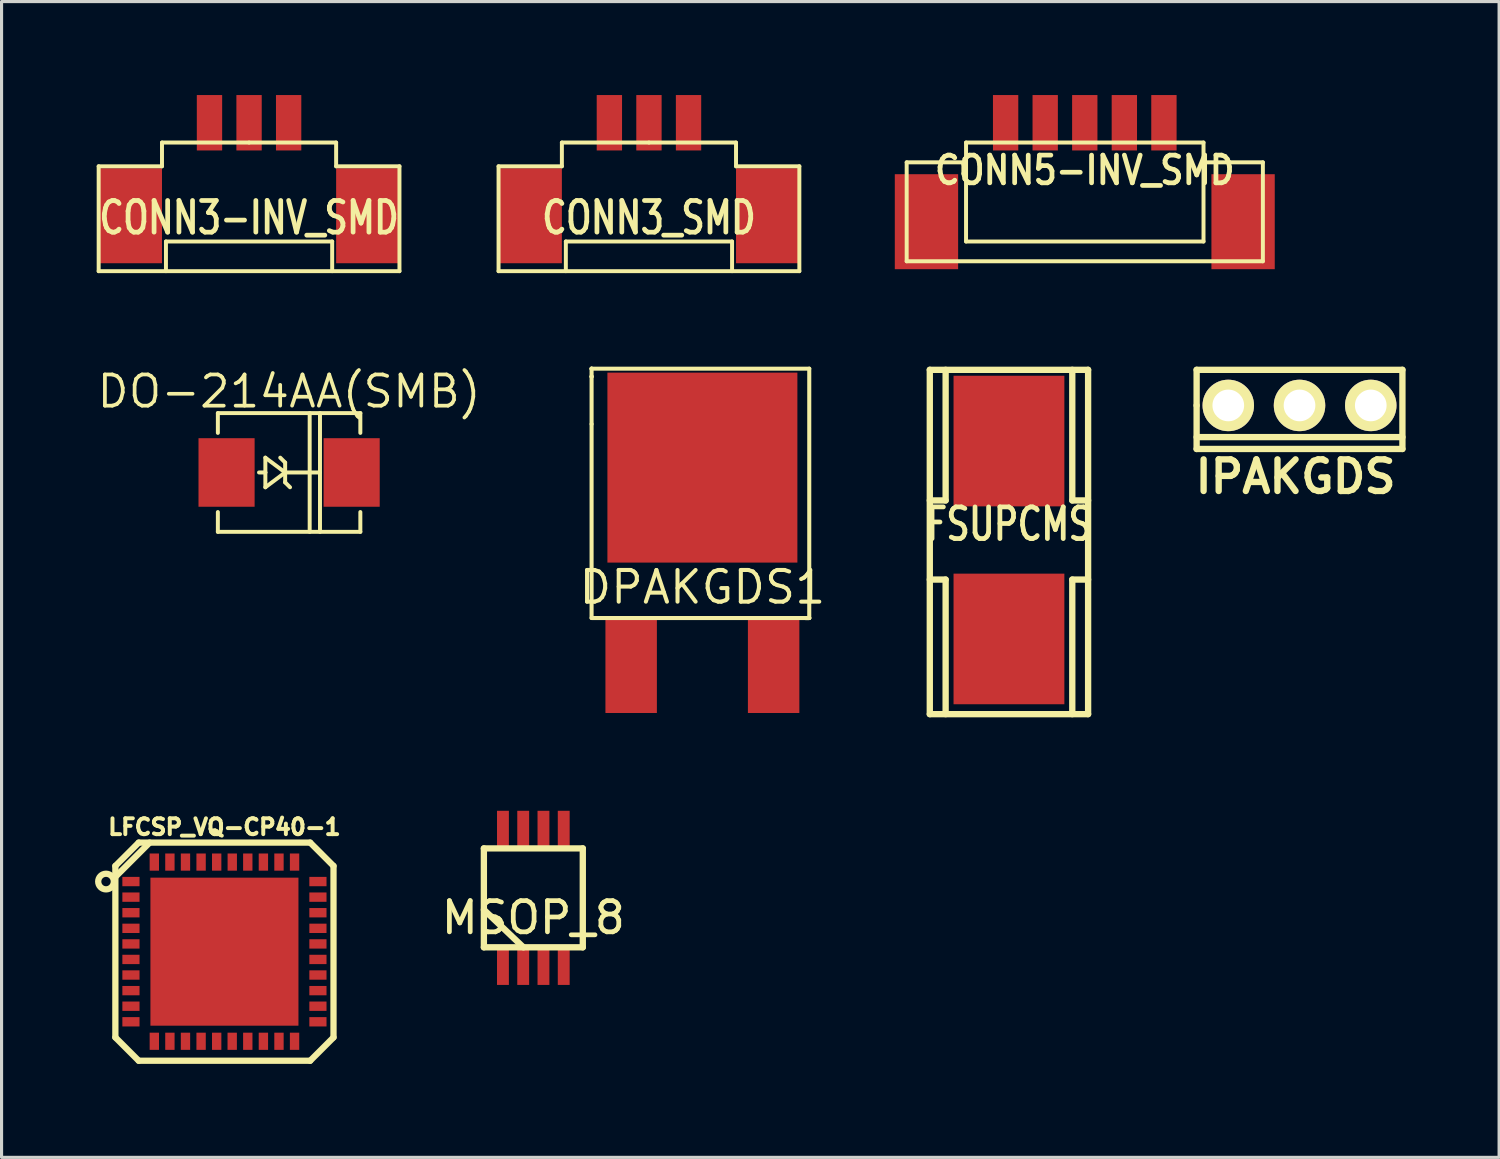
<source format=kicad_pcb>
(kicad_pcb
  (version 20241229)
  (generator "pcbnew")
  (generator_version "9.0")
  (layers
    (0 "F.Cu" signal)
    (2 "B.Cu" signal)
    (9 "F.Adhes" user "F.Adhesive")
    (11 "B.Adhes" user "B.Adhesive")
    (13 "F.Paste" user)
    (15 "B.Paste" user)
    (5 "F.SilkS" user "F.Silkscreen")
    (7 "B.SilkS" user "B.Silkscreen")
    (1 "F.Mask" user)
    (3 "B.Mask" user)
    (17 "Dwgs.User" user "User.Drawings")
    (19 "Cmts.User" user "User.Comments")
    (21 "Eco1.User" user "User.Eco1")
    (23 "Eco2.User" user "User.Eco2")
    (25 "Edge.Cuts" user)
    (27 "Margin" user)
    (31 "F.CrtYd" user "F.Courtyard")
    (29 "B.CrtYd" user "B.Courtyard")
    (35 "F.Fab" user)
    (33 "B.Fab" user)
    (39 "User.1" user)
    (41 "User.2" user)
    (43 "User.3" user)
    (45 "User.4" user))
  (footprint "DPAKGDS1"
    (layer "F.Cu")
    (at 19.489 15.892)
    (property "Reference" "DPAKGDS1" (at 0 -0.099 0) (layer "F.SilkS") (effects (font (size 1.016 1.016) (thickness 0.13))))
    (attr smd)
    (fp_line (start -3.556 -7.112) (end -3.556 -7.112) (stroke (width 0.13) (type solid)) (layer "F.SilkS"))
    (fp_line (start -3.556 -7.112) (end -3.556 -7.112) (stroke (width 0.13) (type solid)) (layer "F.SilkS"))
    (fp_line (start -3.556 -6.858) (end -3.556 -7.112) (stroke (width 0.13) (type solid)) (layer "F.SilkS"))
    (fp_line (start -3.556 -6.858) (end -3.556 -6.858) (stroke (width 0.13) (type solid)) (layer "F.SilkS"))
    (fp_line (start -3.556 -6.858) (end -3.556 -6.858) (stroke (width 0.13) (type solid)) (layer "F.SilkS"))
    (fp_line (start -3.556 -5.334) (end -3.556 -6.858) (stroke (width 0.13) (type solid)) (layer "F.SilkS"))
    (fp_line (start -3.556 -5.334) (end -3.556 0.889) (stroke (width 0.13) (type solid)) (layer "F.SilkS"))
    (fp_line (start -3.556 0.889) (end 0 0.889) (stroke (width 0.13) (type solid)) (layer "F.SilkS"))
    (fp_line (start 0 0.889) (end 3.429 0.889) (stroke (width 0.13) (type solid)) (layer "F.SilkS"))
    (fp_line (start 3.302 0.889) (end 3.302 0.889) (stroke (width 0.13) (type solid)) (layer "F.SilkS"))
    (fp_line (start 3.302 0.889) (end 3.429 0.889) (stroke (width 0.13) (type solid)) (layer "F.SilkS"))
    (fp_line (start 3.429 -7.112) (end -3.556 -7.112) (stroke (width 0.13) (type solid)) (layer "F.SilkS"))
    (fp_line (start 3.429 0.889) (end 3.302 0.889) (stroke (width 0.13) (type solid)) (layer "F.SilkS"))
    (fp_line (start 3.429 0.889) (end 3.429 -7.112) (stroke (width 0.13) (type solid)) (layer "F.SilkS"))
    (pad "D" smd rect (at 0 -3.937) (size 6.096 6.096) (layers "F.Cu" "F.Mask" "F.Paste"))
    (pad "G" smd rect (at -2.286 2.413) (size 1.651 3.048) (layers "F.Cu" "F.Mask" "F.Paste"))
    (pad "S" smd rect (at 2.286 2.413) (size 1.651 3.048) (layers "F.Cu" "F.Mask" "F.Paste")))
  (footprint "CONN3_SMD"
    (layer "F.Cu")
    (at 17.774 4.318)
    (property "Reference" "CONN3_SMD" (at 0 -0.381 0) (layer "F.SilkS") (effects (font (size 1.016 0.762) (thickness 0.152))))
    (attr smd)
    (fp_line (start -4.826 -2.032) (end -2.794 -2.032) (stroke (width 0.127) (type solid)) (layer "F.SilkS"))
    (fp_line (start -4.826 1.333) (end -4.826 -2.032) (stroke (width 0.127) (type solid)) (layer "F.SilkS"))
    (fp_line (start -2.794 -2.794) (end 0 -2.794) (stroke (width 0.127) (type solid)) (layer "F.SilkS"))
    (fp_line (start -2.794 -2.032) (end -2.794 -2.794) (stroke (width 0.127) (type solid)) (layer "F.SilkS"))
    (fp_line (start -2.667 0.381) (end -2.667 1.333) (stroke (width 0.127) (type solid)) (layer "F.SilkS"))
    (fp_line (start 0 -2.794) (end 2.794 -2.794) (stroke (width 0.127) (type solid)) (layer "F.SilkS"))
    (fp_line (start 2.667 0.381) (end -2.667 0.381) (stroke (width 0.127) (type solid)) (layer "F.SilkS"))
    (fp_line (start 2.667 1.333) (end 2.667 0.381) (stroke (width 0.127) (type solid)) (layer "F.SilkS"))
    (fp_line (start 2.794 -2.794) (end 2.794 -2.032) (stroke (width 0.127) (type solid)) (layer "F.SilkS"))
    (fp_line (start 2.794 -2.032) (end 4.826 -2.032) (stroke (width 0.127) (type solid)) (layer "F.SilkS"))
    (fp_line (start 4.826 -2.032) (end 4.826 1.333) (stroke (width 0.127) (type solid)) (layer "F.SilkS"))
    (fp_line (start 4.826 1.333) (end -4.826 1.333) (stroke (width 0.127) (type solid)) (layer "F.SilkS"))
    (pad "" smd rect (at -3.81 -0.445) (size 2.032 3.048) (layers "F.Cu" "F.Mask" "F.Paste"))
    (pad "" smd rect (at 3.81 -0.445) (size 2.032 3.048) (layers "F.Cu" "F.Mask" "F.Paste"))
    (pad "1" smd rect (at -1.27 -3.429) (size 0.813 1.778) (layers "F.Cu" "F.Mask" "F.Paste"))
    (pad "2" smd rect (at 0 -3.429) (size 0.813 1.778) (layers "F.Cu" "F.Mask" "F.Paste"))
    (pad "3" smd rect (at 1.27 -3.429) (size 0.813 1.778) (layers "F.Cu" "F.Mask" "F.Paste")))
  (footprint "IPAKGDS"
    (layer "F.Cu")
    (at 38.65 9.96)
    (property "Reference" "IPAKGDS" (at -0.127 2.286 0) (layer "F.SilkS") (effects (font (size 1.016 1.016) (thickness 0.203))))
    (attr through_hole)
    (fp_line (start -3.302 -1.143) (end -3.302 0) (stroke (width 0.203) (type solid)) (layer "F.SilkS"))
    (fp_line (start -3.302 0) (end -3.302 1.397) (stroke (width 0.203) (type solid)) (layer "F.SilkS"))
    (fp_line (start -3.302 1.016) (end 3.302 1.016) (stroke (width 0.203) (type solid)) (layer "F.SilkS"))
    (fp_line (start -3.302 1.397) (end 3.302 1.397) (stroke (width 0.203) (type solid)) (layer "F.SilkS"))
    (fp_line (start 3.302 -1.143) (end -3.302 -1.143) (stroke (width 0.203) (type solid)) (layer "F.SilkS"))
    (fp_line (start 3.302 1.397) (end 3.302 -1.143) (stroke (width 0.203) (type solid)) (layer "F.SilkS"))
    (pad "D" thru_hole circle (at 0 0) (size 1.651 1.651) (drill 1.016) (layers "*.Cu" "*.Mask" "F.SilkS"))
    (pad "G" thru_hole circle (at 2.286 0) (size 1.651 1.651) (drill 1.016) (layers "*.Cu" "*.Mask" "F.SilkS"))
    (pad "S" thru_hole circle (at -2.286 0) (size 1.651 1.651) (drill 1.016) (layers "*.Cu" "*.Mask" "F.SilkS")))
  (footprint "CONN5-INV_SMD"
    (layer "F.Cu")
    (at 31.759 0.889)
    (property "Reference" "CONN5-INV_SMD" (at 0 1.524 0) (layer "F.SilkS") (effects (font (size 0.889 0.762) (thickness 0.152))))
    (attr smd)
    (fp_line (start -5.715 1.27) (end -3.81 1.27) (stroke (width 0.127) (type solid)) (layer "F.SilkS"))
    (fp_line (start -5.715 4.445) (end -5.715 1.27) (stroke (width 0.127) (type solid)) (layer "F.SilkS"))
    (fp_line (start -3.81 0.635) (end 3.81 0.635) (stroke (width 0.127) (type solid)) (layer "F.SilkS"))
    (fp_line (start -3.81 1.27) (end -3.81 0.635) (stroke (width 0.127) (type solid)) (layer "F.SilkS"))
    (fp_line (start -3.81 3.81) (end -3.81 1.27) (stroke (width 0.127) (type solid)) (layer "F.SilkS"))
    (fp_line (start 3.81 0.635) (end 3.81 1.27) (stroke (width 0.127) (type solid)) (layer "F.SilkS"))
    (fp_line (start 3.81 1.27) (end 3.81 3.81) (stroke (width 0.127) (type solid)) (layer "F.SilkS"))
    (fp_line (start 3.81 1.27) (end 5.715 1.27) (stroke (width 0.127) (type solid)) (layer "F.SilkS"))
    (fp_line (start 3.81 3.81) (end -3.81 3.81) (stroke (width 0.127) (type solid)) (layer "F.SilkS"))
    (fp_line (start 5.715 4.445) (end -5.715 4.445) (stroke (width 0.127) (type solid)) (layer "F.SilkS"))
    (fp_line (start 5.715 4.445) (end 5.715 1.27) (stroke (width 0.127) (type solid)) (layer "F.SilkS"))
    (pad "" smd rect (at -5.08 3.175) (size 2.032 3.048) (layers "F.Cu" "F.Mask" "F.Paste"))
    (pad "" smd rect (at 5.08 3.175) (size 2.032 3.048) (layers "F.Cu" "F.Mask" "F.Paste"))
    (pad "1" smd rect (at -2.54 0) (size 0.813 1.778) (layers "F.Cu" "F.Mask" "F.Paste"))
    (pad "2" smd rect (at -1.27 0) (size 0.813 1.778) (layers "F.Cu" "F.Mask" "F.Paste"))
    (pad "3" smd rect (at 0 0) (size 0.813 1.778) (layers "F.Cu" "F.Mask" "F.Paste"))
    (pad "4" smd rect (at 1.27 0) (size 0.813 1.778) (layers "F.Cu" "F.Mask" "F.Paste"))
    (pad "5" smd rect (at 2.54 0) (size 0.813 1.778) (layers "F.Cu" "F.Mask" "F.Paste")))
  (footprint "DO-214AA(SMB)"
    (layer "F.Cu")
    (at 6.227 12.111)
    (property "Reference" "DO-214AA(SMB)" (at 0 -2.601 0) (layer "F.SilkS") (effects (font (size 1.001 1.001) (thickness 0.119))))
    (attr smd)
    (fp_line (start -2.286 -1.905) (end 2.286 -1.905) (stroke (width 0.127) (type solid)) (layer "F.SilkS"))
    (fp_line (start -2.286 -1.27) (end -2.286 -1.905) (stroke (width 0.127) (type solid)) (layer "F.SilkS"))
    (fp_line (start -2.286 1.27) (end -2.286 1.905) (stroke (width 0.127) (type solid)) (layer "F.SilkS"))
    (fp_line (start -2.286 1.905) (end 2.286 1.905) (stroke (width 0.127) (type solid)) (layer "F.SilkS"))
    (fp_line (start -0.762 -0.475) (end -0.762 0) (stroke (width 0.127) (type solid)) (layer "F.SilkS"))
    (fp_line (start -0.762 0) (end -0.965 0) (stroke (width 0.127) (type solid)) (layer "F.SilkS"))
    (fp_line (start -0.762 0) (end -0.762 0.475) (stroke (width 0.127) (type solid)) (layer "F.SilkS"))
    (fp_line (start -0.762 0.475) (end -0.127 0) (stroke (width 0.127) (type solid)) (layer "F.SilkS"))
    (fp_line (start -0.127 -0.318) (end -0.284 -0.475) (stroke (width 0.127) (type solid)) (layer "F.SilkS"))
    (fp_line (start -0.127 0) (end -0.762 -0.475) (stroke (width 0.127) (type solid)) (layer "F.SilkS"))
    (fp_line (start -0.127 0) (end -0.127 -0.318) (stroke (width 0.127) (type solid)) (layer "F.SilkS"))
    (fp_line (start -0.127 0) (end -0.127 0.318) (stroke (width 0.127) (type solid)) (layer "F.SilkS"))
    (fp_line (start -0.127 0) (end 0.983 0) (stroke (width 0.127) (type solid)) (layer "F.SilkS"))
    (fp_line (start -0.127 0.318) (end 0.03 0.475) (stroke (width 0.127) (type solid)) (layer "F.SilkS"))
    (fp_line (start 0.66 1.905) (end 0.66 -1.905) (stroke (width 0.127) (type solid)) (layer "F.SilkS"))
    (fp_line (start 0.991 1.905) (end 0.991 -1.905) (stroke (width 0.127) (type solid)) (layer "F.SilkS"))
    (fp_line (start 2.286 -1.905) (end 2.286 -1.27) (stroke (width 0.127) (type solid)) (layer "F.SilkS"))
    (fp_line (start 2.286 1.905) (end 2.286 1.27) (stroke (width 0.127) (type solid)) (layer "F.SilkS"))
    (pad "1" smd rect (at -2.007 0) (size 1.801 2.2) (layers "F.Cu" "F.Mask" "F.Paste"))
    (pad "2" smd rect (at 2.007 0) (size 1.801 2.2) (layers "F.Cu" "F.Mask" "F.Paste")))
  (footprint "MSOP_8"
    (layer "F.Cu")
    (at 14.064 25.761)
    (property "Reference" "MSOP_8" (at 0 0.635 0) (layer "F.SilkS") (effects (font (size 1.001 1.001) (thickness 0.152))))
    (attr through_hole)
    (fp_line (start -1.587 -1.587) (end -1.587 1.587) (stroke (width 0.203) (type solid)) (layer "F.SilkS"))
    (fp_line (start -1.587 1.587) (end 1.587 1.587) (stroke (width 0.203) (type solid)) (layer "F.SilkS"))
    (fp_line (start -0.318 1.587) (end -1.587 0.381) (stroke (width 0.203) (type solid)) (layer "F.SilkS"))
    (fp_line (start 1.587 -1.587) (end -1.587 -1.587) (stroke (width 0.203) (type solid)) (layer "F.SilkS"))
    (fp_line (start 1.587 1.587) (end 1.587 -1.587) (stroke (width 0.203) (type solid)) (layer "F.SilkS"))
    (pad "1" smd rect (at -0.975 2.159) (size 0.381 1.27) (layers "F.Cu" "F.Mask" "F.Paste"))
    (pad "2" smd rect (at -0.325 2.159) (size 0.381 1.27) (layers "F.Cu" "F.Mask" "F.Paste"))
    (pad "3" smd rect (at 0.325 2.159) (size 0.381 1.27) (layers "F.Cu" "F.Mask" "F.Paste"))
    (pad "4" smd rect (at 0.975 2.159) (size 0.381 1.27) (layers "F.Cu" "F.Mask" "F.Paste"))
    (pad "5" smd rect (at 0.975 -2.159) (size 0.381 1.27) (layers "F.Cu" "F.Mask" "F.Paste"))
    (pad "6" smd rect (at 0.325 -2.159) (size 0.381 1.27) (layers "F.Cu" "F.Mask" "F.Paste"))
    (pad "7" smd rect (at -0.325 -2.159) (size 0.381 1.27) (layers "F.Cu" "F.Mask" "F.Paste"))
    (pad "8" smd rect (at -0.975 -2.159) (size 0.381 1.27) (layers "F.Cu" "F.Mask" "F.Paste")))
  (footprint "CONN3-INV_SMD"
    (layer "F.Cu")
    (at 4.942 4.318)
    (property "Reference" "CONN3-INV_SMD" (at 0 -0.381 0) (layer "F.SilkS") (effects (font (size 1.016 0.762) (thickness 0.152))))
    (attr smd)
    (fp_line (start -4.826 -2.032) (end -2.794 -2.032) (stroke (width 0.127) (type solid)) (layer "F.SilkS"))
    (fp_line (start -4.826 1.333) (end -4.826 -2.032) (stroke (width 0.127) (type solid)) (layer "F.SilkS"))
    (fp_line (start -2.794 -2.794) (end 0 -2.794) (stroke (width 0.127) (type solid)) (layer "F.SilkS"))
    (fp_line (start -2.794 -2.032) (end -2.794 -2.794) (stroke (width 0.127) (type solid)) (layer "F.SilkS"))
    (fp_line (start -2.667 0.381) (end -2.667 1.333) (stroke (width 0.127) (type solid)) (layer "F.SilkS"))
    (fp_line (start 0 -2.794) (end 2.794 -2.794) (stroke (width 0.127) (type solid)) (layer "F.SilkS"))
    (fp_line (start 2.667 0.381) (end -2.667 0.381) (stroke (width 0.127) (type solid)) (layer "F.SilkS"))
    (fp_line (start 2.667 1.333) (end 2.667 0.381) (stroke (width 0.127) (type solid)) (layer "F.SilkS"))
    (fp_line (start 2.794 -2.794) (end 2.794 -2.032) (stroke (width 0.127) (type solid)) (layer "F.SilkS"))
    (fp_line (start 2.794 -2.032) (end 4.826 -2.032) (stroke (width 0.127) (type solid)) (layer "F.SilkS"))
    (fp_line (start 4.826 -2.032) (end 4.826 1.333) (stroke (width 0.127) (type solid)) (layer "F.SilkS"))
    (fp_line (start 4.826 1.333) (end -4.826 1.333) (stroke (width 0.127) (type solid)) (layer "F.SilkS"))
    (pad "" smd rect (at -3.81 -0.445) (size 2.032 3.048) (layers "F.Cu" "F.Mask" "F.Paste"))
    (pad "" smd rect (at 3.81 -0.445) (size 2.032 3.048) (layers "F.Cu" "F.Mask" "F.Paste"))
    (pad "1" smd rect (at 1.27 -3.429) (size 0.813 1.778) (layers "F.Cu" "F.Mask" "F.Paste"))
    (pad "2" smd rect (at 0 -3.429) (size 0.813 1.778) (layers "F.Cu" "F.Mask" "F.Paste"))
    (pad "3" smd rect (at -1.27 -3.429) (size 0.813 1.778) (layers "F.Cu" "F.Mask" "F.Paste")))
  (footprint "LFCSP_VQ-CP40-1"
    (layer "F.Cu")
    (at 4.152 27.488)
    (property "Reference" "LFCSP_VQ-CP40-1" (at 0 -4 0) (layer "F.SilkS") (effects (font (size 0.508 0.508) (thickness 0.127))))
    (attr smd)
    (fp_line (start -3.5 -2.751) (end -2.751 -3.5) (stroke (width 0.201) (type solid)) (layer "F.SilkS"))
    (fp_line (start -3.5 -2.4) (end -2.4 -3.5) (stroke (width 0.201) (type solid)) (layer "F.SilkS"))
    (fp_line (start -3.5 2.751) (end -3.5 -2.751) (stroke (width 0.201) (type solid)) (layer "F.SilkS"))
    (fp_line (start -2.751 -3.5) (end 2.751 -3.5) (stroke (width 0.201) (type solid)) (layer "F.SilkS"))
    (fp_line (start -2.751 3.5) (end -3.5 2.751) (stroke (width 0.201) (type solid)) (layer "F.SilkS"))
    (fp_line (start 2.751 -3.5) (end 3.5 -2.751) (stroke (width 0.201) (type solid)) (layer "F.SilkS"))
    (fp_line (start 2.751 3.5) (end -2.751 3.5) (stroke (width 0.201) (type solid)) (layer "F.SilkS"))
    (fp_line (start 2.751 3.5) (end 3.5 2.751) (stroke (width 0.201) (type solid)) (layer "F.SilkS"))
    (fp_line (start 3.5 -2.751) (end 3.5 2.751) (stroke (width 0.201) (type solid)) (layer "F.SilkS"))
    (fp_circle (center -3.8 -2.25) (end -4.051 -2.25) (stroke (width 0.201) (type solid)) (fill no) (layer "F.SilkS"))
    (pad "1" smd rect (at -3 -2.25 270) (size 0.3 0.551) (layers "F.Cu" "F.Mask" "F.Paste"))
    (pad "2" smd rect (at -3 -1.75 270) (size 0.3 0.551) (layers "F.Cu" "F.Mask" "F.Paste"))
    (pad "3" smd rect (at -3 -1.25 270) (size 0.3 0.551) (layers "F.Cu" "F.Mask" "F.Paste"))
    (pad "4" smd rect (at -3 -0.749 270) (size 0.3 0.551) (layers "F.Cu" "F.Mask" "F.Paste"))
    (pad "5" smd rect (at -3 -0.249 270) (size 0.3 0.551) (layers "F.Cu" "F.Mask" "F.Paste"))
    (pad "6" smd rect (at -3 0.249 270) (size 0.3 0.551) (layers "F.Cu" "F.Mask" "F.Paste"))
    (pad "7" smd rect (at -3 0.749 270) (size 0.3 0.551) (layers "F.Cu" "F.Mask" "F.Paste"))
    (pad "8" smd rect (at -3 1.25 270) (size 0.3 0.551) (layers "F.Cu" "F.Mask" "F.Paste"))
    (pad "9" smd rect (at -3 1.75 270) (size 0.3 0.551) (layers "F.Cu" "F.Mask" "F.Paste"))
    (pad "10" smd rect (at -3 2.25 270) (size 0.3 0.551) (layers "F.Cu" "F.Mask" "F.Paste"))
    (pad "11" smd rect (at -2.25 2.875) (size 0.3 0.551) (layers "F.Cu" "F.Mask" "F.Paste"))
    (pad "12" smd rect (at -1.75 2.875) (size 0.3 0.551) (layers "F.Cu" "F.Mask" "F.Paste"))
    (pad "13" smd rect (at -1.25 2.875) (size 0.3 0.551) (layers "F.Cu" "F.Mask" "F.Paste"))
    (pad "14" smd rect (at -0.749 2.875) (size 0.3 0.551) (layers "F.Cu" "F.Mask" "F.Paste"))
    (pad "15" smd rect (at -0.249 2.875) (size 0.3 0.551) (layers "F.Cu" "F.Mask" "F.Paste"))
    (pad "16" smd rect (at 0.249 2.875) (size 0.3 0.551) (layers "F.Cu" "F.Mask" "F.Paste"))
    (pad "17" smd rect (at 0.749 2.875) (size 0.3 0.551) (layers "F.Cu" "F.Mask" "F.Paste"))
    (pad "18" smd rect (at 1.25 2.875) (size 0.3 0.551) (layers "F.Cu" "F.Mask" "F.Paste"))
    (pad "19" smd rect (at 1.75 2.875) (size 0.3 0.551) (layers "F.Cu" "F.Mask" "F.Paste"))
    (pad "20" smd rect (at 2.25 2.875) (size 0.3 0.551) (layers "F.Cu" "F.Mask" "F.Paste"))
    (pad "21" smd rect (at 3 2.25 270) (size 0.3 0.551) (layers "F.Cu" "F.Mask" "F.Paste"))
    (pad "22" smd rect (at 3 1.75 270) (size 0.3 0.551) (layers "F.Cu" "F.Mask" "F.Paste"))
    (pad "23" smd rect (at 3 1.25 270) (size 0.3 0.551) (layers "F.Cu" "F.Mask" "F.Paste"))
    (pad "24" smd rect (at 3 0.749 270) (size 0.3 0.551) (layers "F.Cu" "F.Mask" "F.Paste"))
    (pad "25" smd rect (at 3 0.249 270) (size 0.3 0.551) (layers "F.Cu" "F.Mask" "F.Paste"))
    (pad "26" smd rect (at 3 -0.249 270) (size 0.3 0.551) (layers "F.Cu" "F.Mask" "F.Paste"))
    (pad "27" smd rect (at 3 -0.749 270) (size 0.3 0.551) (layers "F.Cu" "F.Mask" "F.Paste"))
    (pad "28" smd rect (at 3 -1.25 270) (size 0.3 0.551) (layers "F.Cu" "F.Mask" "F.Paste"))
    (pad "29" smd rect (at 3 -1.75 270) (size 0.3 0.551) (layers "F.Cu" "F.Mask" "F.Paste"))
    (pad "30" smd rect (at 3 -2.25 270) (size 0.3 0.551) (layers "F.Cu" "F.Mask" "F.Paste"))
    (pad "31" smd rect (at 2.25 -2.875) (size 0.3 0.551) (layers "F.Cu" "F.Mask" "F.Paste"))
    (pad "32" smd rect (at 1.75 -2.875) (size 0.3 0.551) (layers "F.Cu" "F.Mask" "F.Paste"))
    (pad "33" smd rect (at 1.25 -2.875) (size 0.3 0.551) (layers "F.Cu" "F.Mask" "F.Paste"))
    (pad "34" smd rect (at 0.749 -2.875) (size 0.3 0.551) (layers "F.Cu" "F.Mask" "F.Paste"))
    (pad "35" smd rect (at 0.251 -2.875) (size 0.3 0.551) (layers "F.Cu" "F.Mask" "F.Paste"))
    (pad "36" smd rect (at -0.249 -2.875) (size 0.3 0.551) (layers "F.Cu" "F.Mask" "F.Paste"))
    (pad "37" smd rect (at -0.749 -2.875) (size 0.3 0.551) (layers "F.Cu" "F.Mask" "F.Paste"))
    (pad "38" smd rect (at -1.25 -2.875) (size 0.3 0.551) (layers "F.Cu" "F.Mask" "F.Paste"))
    (pad "39" smd rect (at -1.75 -2.875) (size 0.3 0.551) (layers "F.Cu" "F.Mask" "F.Paste"))
    (pad "40" smd rect (at -2.25 -2.875) (size 0.3 0.551) (layers "F.Cu" "F.Mask" "F.Paste"))
    (pad "41" smd rect (at 0 0) (size 4.75 4.75) (layers "F.Cu" "F.Mask" "F.Paste")))
  (footprint "FSUPCMS"
    (layer "F.Cu")
    (at 29.326 14.278)
    (property "Reference" "FSUPCMS" (at 0 -0.508 0) (layer "F.SilkS") (effects (font (size 1.016 0.762) (thickness 0.152))))
    (attr smd)
    (fp_line (start -2.54 -5.461) (end -2.54 5.588) (stroke (width 0.203) (type solid)) (layer "F.SilkS"))
    (fp_line (start -2.54 -5.461) (end 2.54 -5.461) (stroke (width 0.203) (type solid)) (layer "F.SilkS"))
    (fp_line (start -2.032 -5.461) (end -2.032 -1.27) (stroke (width 0.203) (type solid)) (layer "F.SilkS"))
    (fp_line (start -2.032 -1.27) (end -2.54 -1.27) (stroke (width 0.203) (type solid)) (layer "F.SilkS"))
    (fp_line (start -2.032 1.27) (end -2.54 1.27) (stroke (width 0.203) (type solid)) (layer "F.SilkS"))
    (fp_line (start -2.032 5.588) (end -2.032 1.27) (stroke (width 0.203) (type solid)) (layer "F.SilkS"))
    (fp_line (start 2.032 -5.461) (end 2.032 -1.27) (stroke (width 0.203) (type solid)) (layer "F.SilkS"))
    (fp_line (start 2.032 -1.27) (end 2.54 -1.27) (stroke (width 0.203) (type solid)) (layer "F.SilkS"))
    (fp_line (start 2.032 1.27) (end 2.54 1.27) (stroke (width 0.203) (type solid)) (layer "F.SilkS"))
    (fp_line (start 2.032 5.588) (end 2.032 1.27) (stroke (width 0.203) (type solid)) (layer "F.SilkS"))
    (fp_line (start 2.54 5.588) (end -2.54 5.588) (stroke (width 0.203) (type solid)) (layer "F.SilkS"))
    (fp_line (start 2.54 5.588) (end 2.54 -5.461) (stroke (width 0.203) (type solid)) (layer "F.SilkS"))
    (pad "1" smd rect (at 0 -3.175) (size 3.556 4.191) (layers "F.Cu" "F.Mask" "F.Paste"))
    (pad "2" smd rect (at 0 3.175) (size 3.556 4.191) (layers "F.Cu" "F.Mask" "F.Paste")))
  (gr_rect
    (start -3 -3)
    (end 45.054 34.088)
    (stroke (width 0.1) (type default))
    (fill no)
    (layer "Edge.Cuts")))
</source>
